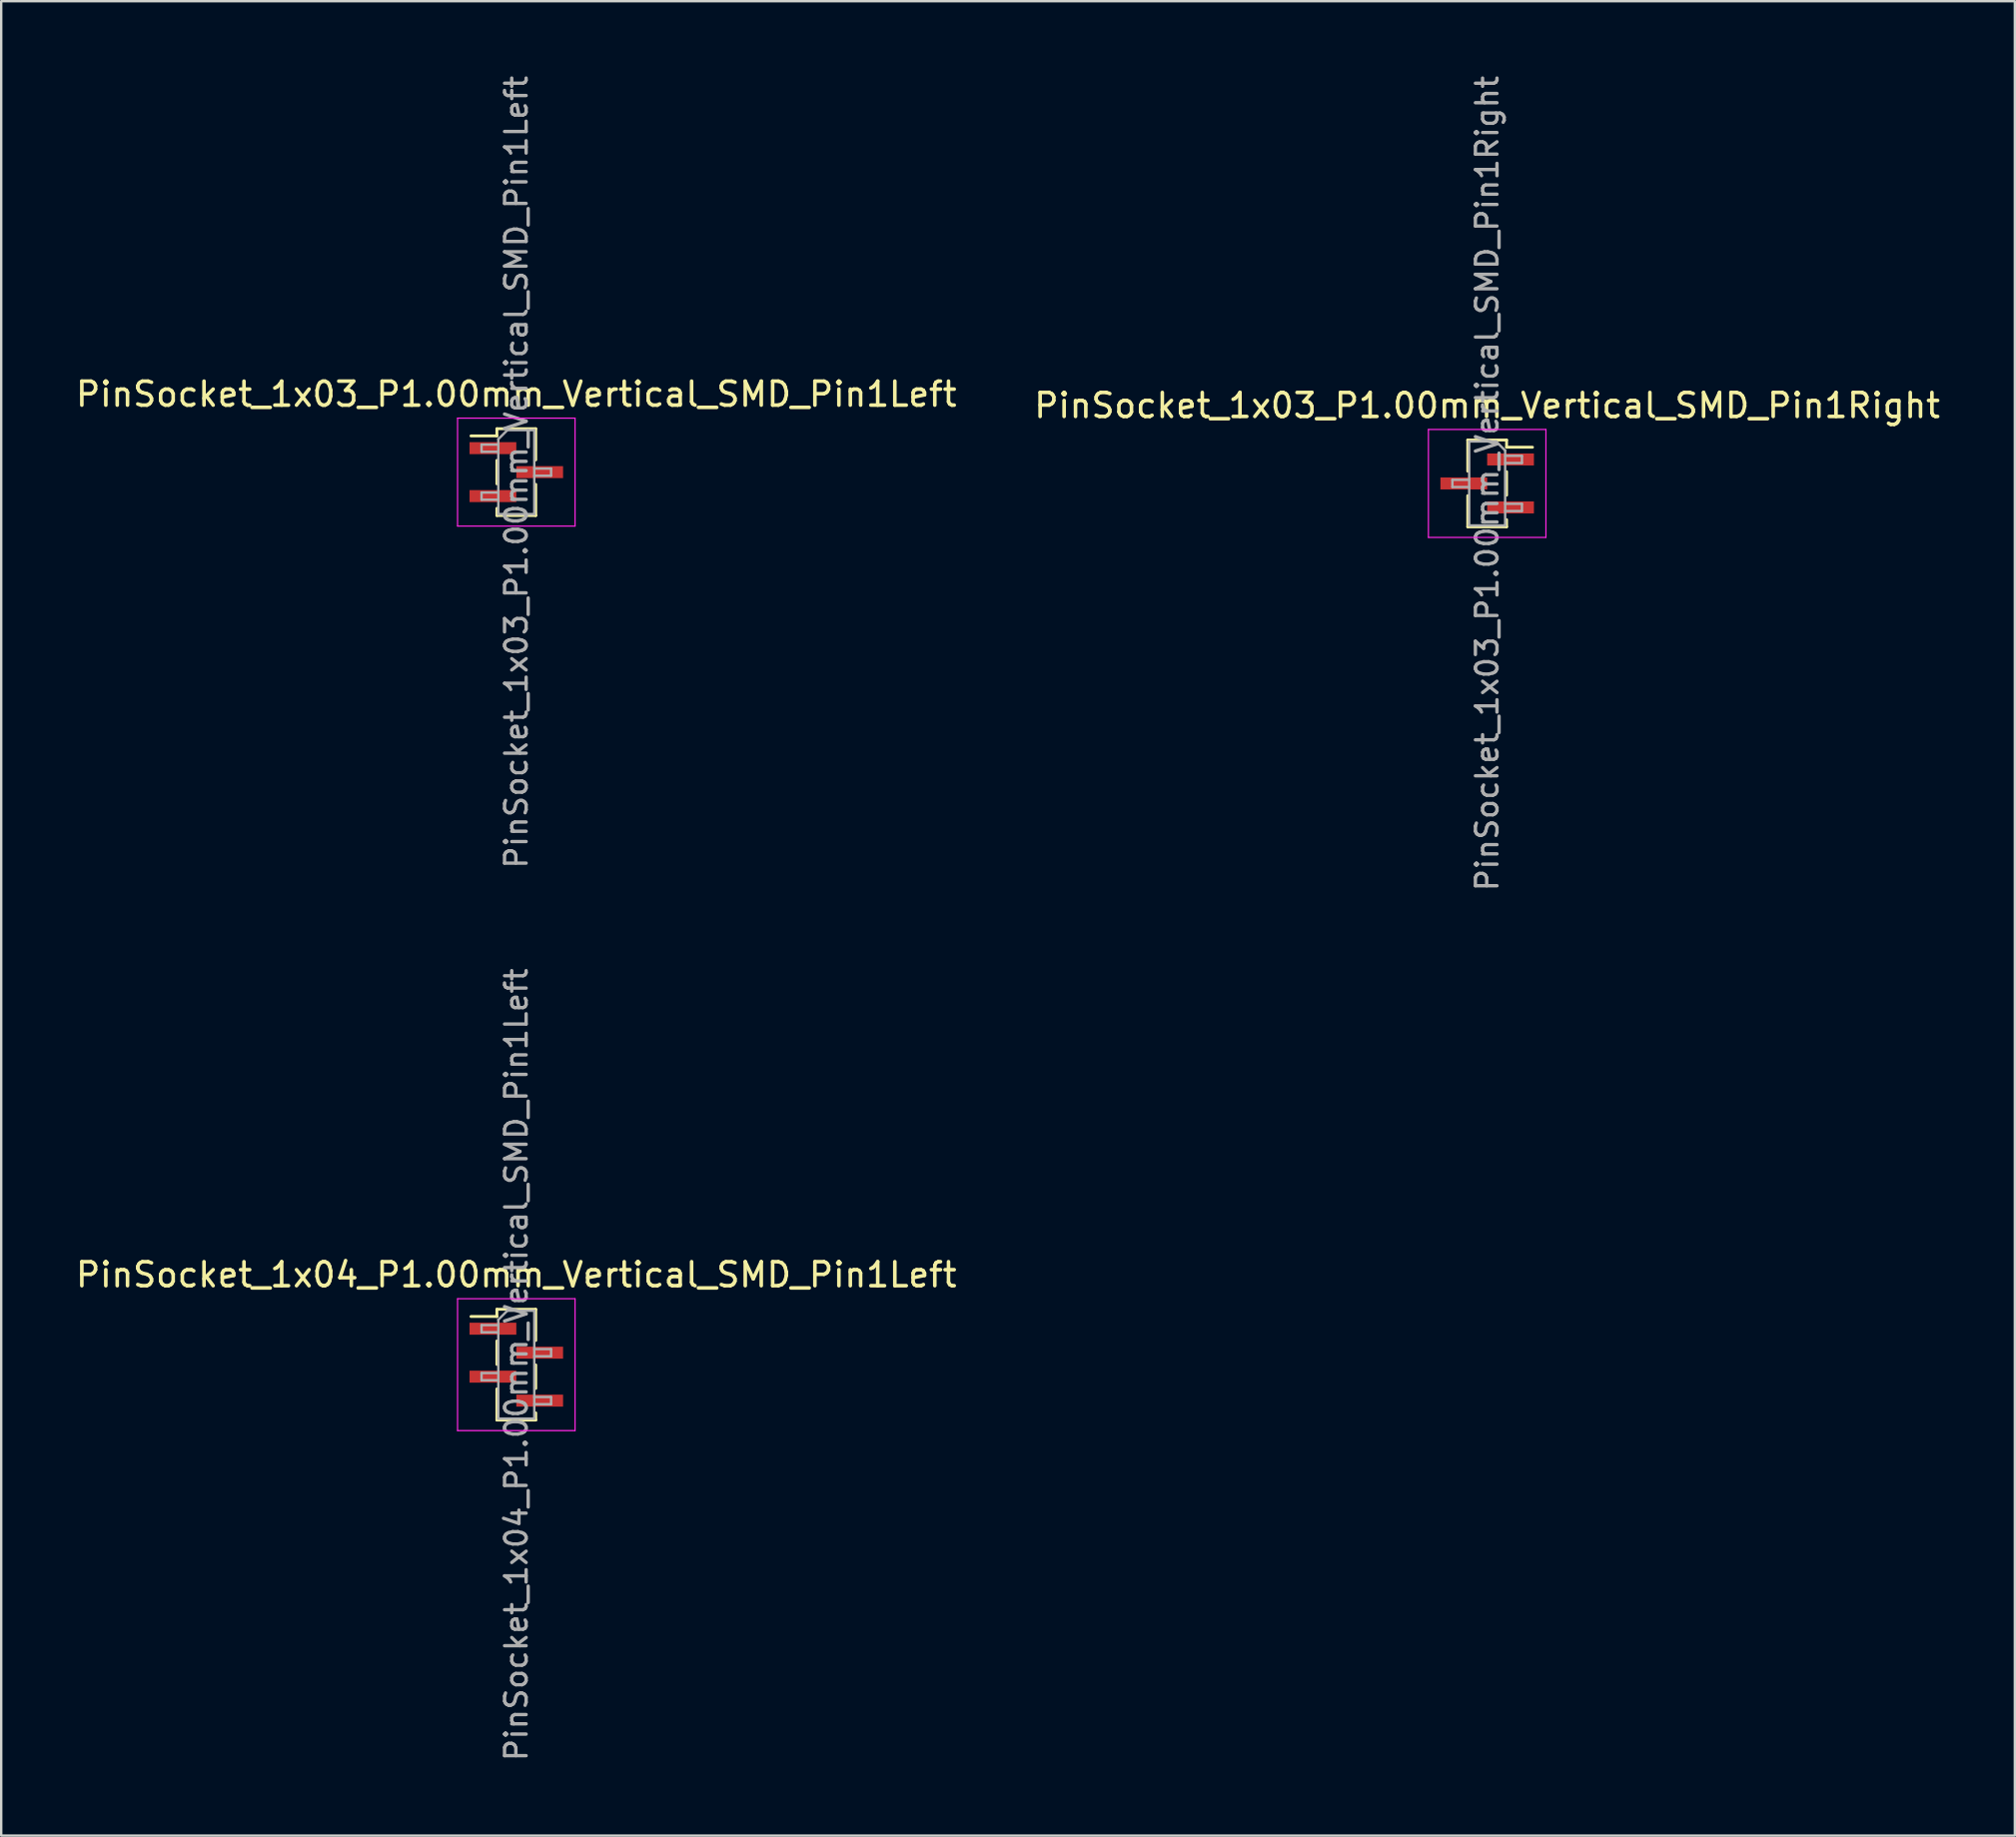
<source format=kicad_pcb>
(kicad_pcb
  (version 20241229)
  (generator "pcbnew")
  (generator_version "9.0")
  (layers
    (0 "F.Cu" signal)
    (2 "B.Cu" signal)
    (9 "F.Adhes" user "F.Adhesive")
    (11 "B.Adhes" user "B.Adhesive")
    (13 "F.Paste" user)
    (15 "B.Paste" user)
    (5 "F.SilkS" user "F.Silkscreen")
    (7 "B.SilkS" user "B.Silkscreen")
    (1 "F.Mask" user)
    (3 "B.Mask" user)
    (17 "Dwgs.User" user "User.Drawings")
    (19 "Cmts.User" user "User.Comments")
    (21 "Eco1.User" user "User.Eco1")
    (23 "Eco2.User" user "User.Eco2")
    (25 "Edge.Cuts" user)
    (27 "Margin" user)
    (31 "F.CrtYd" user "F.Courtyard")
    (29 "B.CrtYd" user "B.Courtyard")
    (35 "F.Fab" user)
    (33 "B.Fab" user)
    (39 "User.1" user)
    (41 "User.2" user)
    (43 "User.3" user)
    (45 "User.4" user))
  (footprint "PinSocket_1x03_P1.00mm_Vertical_SMD_Pin1Left"
    (layer "F.Cu")
    (at 18.482 16.641)
    (property "Reference" "PinSocket_1x03_P1.00mm_Vertical_SMD_Pin1Left" (at 0 -3.25 0) (layer "F.SilkS") (effects (font (size 1 1) (thickness 0.15))))
    (attr smd)
    (fp_line (start -1.89 -1.51) (end -0.81 -1.51) (stroke (width 0.12) (type solid)) (layer "F.SilkS"))
    (fp_line (start -0.81 -1.81) (end -0.81 -1.51) (stroke (width 0.12) (type solid)) (layer "F.SilkS"))
    (fp_line (start -0.81 -1.81) (end 0.81 -1.81) (stroke (width 0.12) (type solid)) (layer "F.SilkS"))
    (fp_line (start -0.81 -0.49) (end -0.81 0.49) (stroke (width 0.12) (type solid)) (layer "F.SilkS"))
    (fp_line (start -0.81 1.51) (end -0.81 1.81) (stroke (width 0.12) (type solid)) (layer "F.SilkS"))
    (fp_line (start -0.81 1.81) (end 0.81 1.81) (stroke (width 0.12) (type solid)) (layer "F.SilkS"))
    (fp_line (start 0.81 -1.81) (end 0.81 -0.51) (stroke (width 0.12) (type solid)) (layer "F.SilkS"))
    (fp_line (start 0.81 0.51) (end 0.81 1.81) (stroke (width 0.12) (type solid)) (layer "F.SilkS"))
    (fp_line (start -2.45 -2.25) (end 2.45 -2.25) (stroke (width 0.05) (type solid)) (layer "F.CrtYd"))
    (fp_line (start -2.45 2.25) (end -2.45 -2.25) (stroke (width 0.05) (type solid)) (layer "F.CrtYd"))
    (fp_line (start 2.45 -2.25) (end 2.45 2.25) (stroke (width 0.05) (type solid)) (layer "F.CrtYd"))
    (fp_line (start 2.45 2.25) (end -2.45 2.25) (stroke (width 0.05) (type solid)) (layer "F.CrtYd"))
    (fp_line (start -1.45 -1.15) (end -0.75 -1.15) (stroke (width 0.1) (type solid)) (layer "F.Fab"))
    (fp_line (start -1.45 -0.85) (end -1.45 -1.15) (stroke (width 0.1) (type solid)) (layer "F.Fab"))
    (fp_line (start -1.45 0.85) (end -0.75 0.85) (stroke (width 0.1) (type solid)) (layer "F.Fab"))
    (fp_line (start -1.45 1.15) (end -1.45 0.85) (stroke (width 0.1) (type solid)) (layer "F.Fab"))
    (fp_line (start -0.75 -1.375) (end -0.375 -1.75) (stroke (width 0.1) (type solid)) (layer "F.Fab"))
    (fp_line (start -0.75 -0.85) (end -1.45 -0.85) (stroke (width 0.1) (type solid)) (layer "F.Fab"))
    (fp_line (start -0.75 1.15) (end -1.45 1.15) (stroke (width 0.1) (type solid)) (layer "F.Fab"))
    (fp_line (start -0.75 1.75) (end -0.75 -1.375) (stroke (width 0.1) (type solid)) (layer "F.Fab"))
    (fp_line (start -0.375 -1.75) (end 0.75 -1.75) (stroke (width 0.1) (type solid)) (layer "F.Fab"))
    (fp_line (start 0.75 -1.75) (end 0.75 1.75) (stroke (width 0.1) (type solid)) (layer "F.Fab"))
    (fp_line (start 0.75 -0.15) (end 1.45 -0.15) (stroke (width 0.1) (type solid)) (layer "F.Fab"))
    (fp_line (start 0.75 1.75) (end -0.75 1.75) (stroke (width 0.1) (type solid)) (layer "F.Fab"))
    (fp_line (start 1.45 -0.15) (end 1.45 0.15) (stroke (width 0.1) (type solid)) (layer "F.Fab"))
    (fp_line (start 1.45 0.15) (end 0.75 0.15) (stroke (width 0.1) (type solid)) (layer "F.Fab"))
    (fp_text user "${REFERENCE}" (at 0 0 90) (layer "F.Fab") (effects (font (size 0.9 0.9) (thickness 0.14))))
    (pad "1" smd rect (at -0.975 -1) (size 1.95 0.5) (layers "F.Cu" "F.Mask" "F.Paste"))
    (pad "2" smd rect (at 0.975 0) (size 1.95 0.5) (layers "F.Cu" "F.Mask" "F.Paste"))
    (pad "3" smd rect (at -0.975 1) (size 1.95 0.5) (layers "F.Cu" "F.Mask" "F.Paste")))
  (footprint "PinSocket_1x03_P1.00mm_Vertical_SMD_Pin1Right"
    (layer "F.Cu")
    (at 58.97 17.113)
    (property "Reference" "PinSocket_1x03_P1.00mm_Vertical_SMD_Pin1Right" (at 0 -3.25 0) (layer "F.SilkS") (effects (font (size 1 1) (thickness 0.15))))
    (attr smd)
    (fp_line (start -0.81 -1.81) (end -0.81 -0.51) (stroke (width 0.12) (type solid)) (layer "F.SilkS"))
    (fp_line (start -0.81 -1.81) (end 0.81 -1.81) (stroke (width 0.12) (type solid)) (layer "F.SilkS"))
    (fp_line (start -0.81 0.51) (end -0.81 1.81) (stroke (width 0.12) (type solid)) (layer "F.SilkS"))
    (fp_line (start -0.81 1.81) (end 0.81 1.81) (stroke (width 0.12) (type solid)) (layer "F.SilkS"))
    (fp_line (start 0.81 -1.81) (end 0.81 -1.51) (stroke (width 0.12) (type solid)) (layer "F.SilkS"))
    (fp_line (start 0.81 -1.51) (end 1.89 -1.51) (stroke (width 0.12) (type solid)) (layer "F.SilkS"))
    (fp_line (start 0.81 -0.49) (end 0.81 0.49) (stroke (width 0.12) (type solid)) (layer "F.SilkS"))
    (fp_line (start 0.81 1.51) (end 0.81 1.81) (stroke (width 0.12) (type solid)) (layer "F.SilkS"))
    (fp_line (start -2.45 -2.25) (end 2.45 -2.25) (stroke (width 0.05) (type solid)) (layer "F.CrtYd"))
    (fp_line (start -2.45 2.25) (end -2.45 -2.25) (stroke (width 0.05) (type solid)) (layer "F.CrtYd"))
    (fp_line (start 2.45 -2.25) (end 2.45 2.25) (stroke (width 0.05) (type solid)) (layer "F.CrtYd"))
    (fp_line (start 2.45 2.25) (end -2.45 2.25) (stroke (width 0.05) (type solid)) (layer "F.CrtYd"))
    (fp_line (start -1.45 -0.15) (end -0.75 -0.15) (stroke (width 0.1) (type solid)) (layer "F.Fab"))
    (fp_line (start -1.45 0.15) (end -1.45 -0.15) (stroke (width 0.1) (type solid)) (layer "F.Fab"))
    (fp_line (start -0.75 -1.75) (end 0.375 -1.75) (stroke (width 0.1) (type solid)) (layer "F.Fab"))
    (fp_line (start -0.75 0.15) (end -1.45 0.15) (stroke (width 0.1) (type solid)) (layer "F.Fab"))
    (fp_line (start -0.75 1.75) (end -0.75 -1.75) (stroke (width 0.1) (type solid)) (layer "F.Fab"))
    (fp_line (start 0.375 -1.75) (end 0.75 -1.375) (stroke (width 0.1) (type solid)) (layer "F.Fab"))
    (fp_line (start 0.75 -1.375) (end 0.75 1.75) (stroke (width 0.1) (type solid)) (layer "F.Fab"))
    (fp_line (start 0.75 -1.15) (end 1.45 -1.15) (stroke (width 0.1) (type solid)) (layer "F.Fab"))
    (fp_line (start 0.75 0.85) (end 1.45 0.85) (stroke (width 0.1) (type solid)) (layer "F.Fab"))
    (fp_line (start 0.75 1.75) (end -0.75 1.75) (stroke (width 0.1) (type solid)) (layer "F.Fab"))
    (fp_line (start 1.45 -1.15) (end 1.45 -0.85) (stroke (width 0.1) (type solid)) (layer "F.Fab"))
    (fp_line (start 1.45 -0.85) (end 0.75 -0.85) (stroke (width 0.1) (type solid)) (layer "F.Fab"))
    (fp_line (start 1.45 0.85) (end 1.45 1.15) (stroke (width 0.1) (type solid)) (layer "F.Fab"))
    (fp_line (start 1.45 1.15) (end 0.75 1.15) (stroke (width 0.1) (type solid)) (layer "F.Fab"))
    (fp_text user "${REFERENCE}" (at 0 0 90) (layer "F.Fab") (effects (font (size 0.9 0.9) (thickness 0.14))))
    (pad "1" smd rect (at 0.975 -1) (size 1.95 0.5) (layers "F.Cu" "F.Mask" "F.Paste"))
    (pad "2" smd rect (at -0.975 0) (size 1.95 0.5) (layers "F.Cu" "F.Mask" "F.Paste"))
    (pad "3" smd rect (at 0.975 1) (size 1.95 0.5) (layers "F.Cu" "F.Mask" "F.Paste")))
  (footprint "PinSocket_1x04_P1.00mm_Vertical_SMD_Pin1Left"
    (layer "F.Cu")
    (at 18.482 53.867)
    (property "Reference" "PinSocket_1x04_P1.00mm_Vertical_SMD_Pin1Left" (at 0 -3.75 0) (layer "F.SilkS") (effects (font (size 1 1) (thickness 0.15))))
    (attr smd)
    (fp_line (start -1.89 -2.01) (end -0.81 -2.01) (stroke (width 0.12) (type solid)) (layer "F.SilkS"))
    (fp_line (start -0.81 -2.31) (end -0.81 -2.01) (stroke (width 0.12) (type solid)) (layer "F.SilkS"))
    (fp_line (start -0.81 -2.31) (end 0.81 -2.31) (stroke (width 0.12) (type solid)) (layer "F.SilkS"))
    (fp_line (start -0.81 -0.99) (end -0.81 -0.01) (stroke (width 0.12) (type solid)) (layer "F.SilkS"))
    (fp_line (start -0.81 1.01) (end -0.81 2.31) (stroke (width 0.12) (type solid)) (layer "F.SilkS"))
    (fp_line (start -0.81 2.31) (end 0.81 2.31) (stroke (width 0.12) (type solid)) (layer "F.SilkS"))
    (fp_line (start 0.81 -2.31) (end 0.81 -1.01) (stroke (width 0.12) (type solid)) (layer "F.SilkS"))
    (fp_line (start 0.81 0.01) (end 0.81 0.99) (stroke (width 0.12) (type solid)) (layer "F.SilkS"))
    (fp_line (start 0.81 2.01) (end 0.81 2.31) (stroke (width 0.12) (type solid)) (layer "F.SilkS"))
    (fp_line (start -2.45 -2.75) (end 2.45 -2.75) (stroke (width 0.05) (type solid)) (layer "F.CrtYd"))
    (fp_line (start -2.45 2.75) (end -2.45 -2.75) (stroke (width 0.05) (type solid)) (layer "F.CrtYd"))
    (fp_line (start 2.45 -2.75) (end 2.45 2.75) (stroke (width 0.05) (type solid)) (layer "F.CrtYd"))
    (fp_line (start 2.45 2.75) (end -2.45 2.75) (stroke (width 0.05) (type solid)) (layer "F.CrtYd"))
    (fp_line (start -1.45 -1.65) (end -0.75 -1.65) (stroke (width 0.1) (type solid)) (layer "F.Fab"))
    (fp_line (start -1.45 -1.35) (end -1.45 -1.65) (stroke (width 0.1) (type solid)) (layer "F.Fab"))
    (fp_line (start -1.45 0.35) (end -0.75 0.35) (stroke (width 0.1) (type solid)) (layer "F.Fab"))
    (fp_line (start -1.45 0.65) (end -1.45 0.35) (stroke (width 0.1) (type solid)) (layer "F.Fab"))
    (fp_line (start -0.75 -1.875) (end -0.375 -2.25) (stroke (width 0.1) (type solid)) (layer "F.Fab"))
    (fp_line (start -0.75 -1.35) (end -1.45 -1.35) (stroke (width 0.1) (type solid)) (layer "F.Fab"))
    (fp_line (start -0.75 0.65) (end -1.45 0.65) (stroke (width 0.1) (type solid)) (layer "F.Fab"))
    (fp_line (start -0.75 2.25) (end -0.75 -1.875) (stroke (width 0.1) (type solid)) (layer "F.Fab"))
    (fp_line (start -0.375 -2.25) (end 0.75 -2.25) (stroke (width 0.1) (type solid)) (layer "F.Fab"))
    (fp_line (start 0.75 -2.25) (end 0.75 2.25) (stroke (width 0.1) (type solid)) (layer "F.Fab"))
    (fp_line (start 0.75 -0.65) (end 1.45 -0.65) (stroke (width 0.1) (type solid)) (layer "F.Fab"))
    (fp_line (start 0.75 1.35) (end 1.45 1.35) (stroke (width 0.1) (type solid)) (layer "F.Fab"))
    (fp_line (start 0.75 2.25) (end -0.75 2.25) (stroke (width 0.1) (type solid)) (layer "F.Fab"))
    (fp_line (start 1.45 -0.65) (end 1.45 -0.35) (stroke (width 0.1) (type solid)) (layer "F.Fab"))
    (fp_line (start 1.45 -0.35) (end 0.75 -0.35) (stroke (width 0.1) (type solid)) (layer "F.Fab"))
    (fp_line (start 1.45 1.35) (end 1.45 1.65) (stroke (width 0.1) (type solid)) (layer "F.Fab"))
    (fp_line (start 1.45 1.65) (end 0.75 1.65) (stroke (width 0.1) (type solid)) (layer "F.Fab"))
    (fp_text user "${REFERENCE}" (at 0 0 90) (layer "F.Fab") (effects (font (size 0.9 0.9) (thickness 0.14))))
    (pad "1" smd rect (at -0.975 -1.5) (size 1.95 0.5) (layers "F.Cu" "F.Mask" "F.Paste"))
    (pad "2" smd rect (at 0.975 -0.5) (size 1.95 0.5) (layers "F.Cu" "F.Mask" "F.Paste"))
    (pad "3" smd rect (at -0.975 0.5) (size 1.95 0.5) (layers "F.Cu" "F.Mask" "F.Paste"))
    (pad "4" smd rect (at 0.975 1.5) (size 1.95 0.5) (layers "F.Cu" "F.Mask" "F.Paste")))
  (gr_rect
    (start -3 -3)
    (end 80.976 73.509)
    (stroke (width 0.1) (type default))
    (fill no)
    (layer "Edge.Cuts")))
</source>
